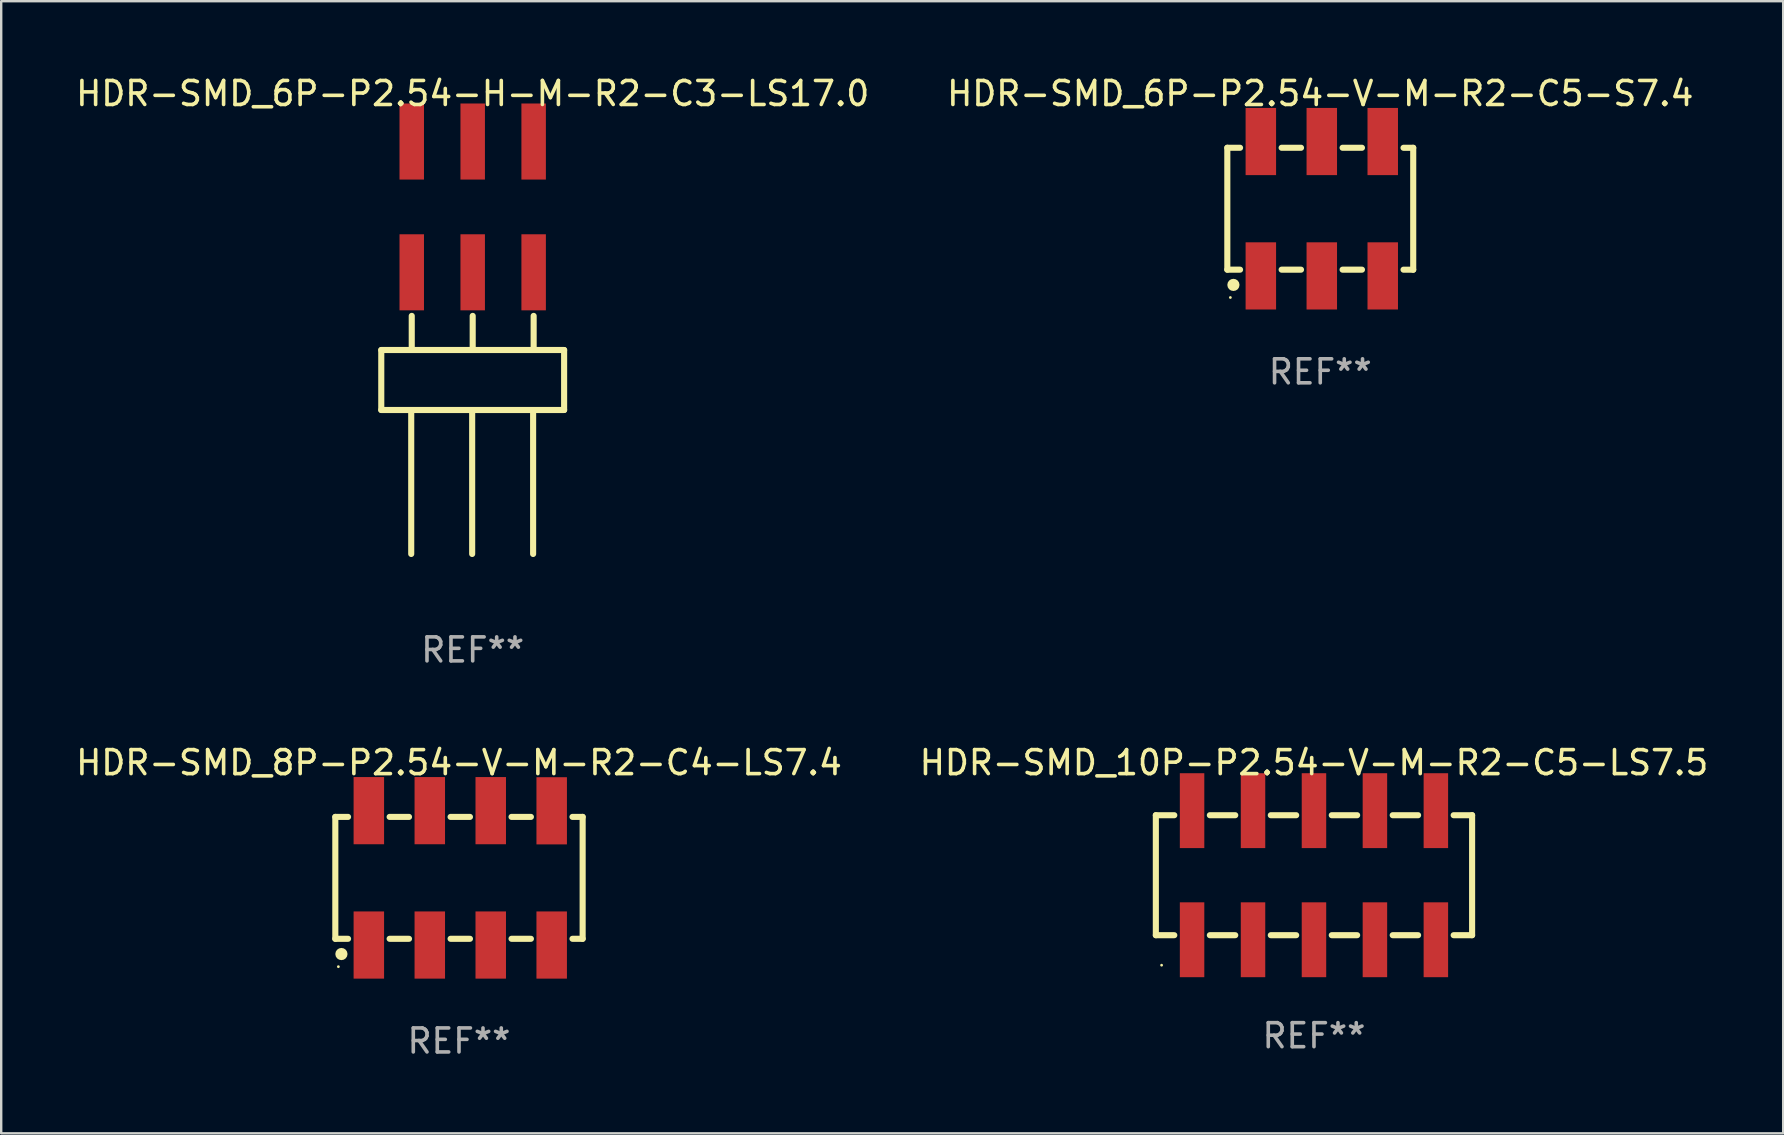
<source format=kicad_pcb>
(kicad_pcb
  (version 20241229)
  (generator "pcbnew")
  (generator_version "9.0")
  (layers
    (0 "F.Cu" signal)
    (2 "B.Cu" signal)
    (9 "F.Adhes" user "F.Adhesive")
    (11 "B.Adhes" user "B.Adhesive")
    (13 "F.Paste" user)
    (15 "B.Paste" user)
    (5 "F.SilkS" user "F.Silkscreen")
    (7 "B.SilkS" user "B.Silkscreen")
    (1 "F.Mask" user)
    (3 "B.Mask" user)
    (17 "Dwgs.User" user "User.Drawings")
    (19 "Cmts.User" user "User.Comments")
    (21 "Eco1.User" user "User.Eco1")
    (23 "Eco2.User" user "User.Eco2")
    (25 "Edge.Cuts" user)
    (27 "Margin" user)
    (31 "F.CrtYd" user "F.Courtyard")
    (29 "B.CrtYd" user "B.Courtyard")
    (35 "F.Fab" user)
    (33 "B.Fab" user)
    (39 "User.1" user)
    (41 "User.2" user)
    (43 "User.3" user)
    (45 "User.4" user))
  (footprint "HDR-SMD_6P-P2.54-V-M-R2-C5-S7.4"
    (layer "F.Cu")
    (at 52.034 5.648)
    (property "Reference" "HDR-SMD_6P-P2.54-V-M-R2-C5-S7.4" (at -0.064 -4.8 0) (layer "F.SilkS") (effects (font (size 1 1) (thickness 0.15))))
    (attr smd)
    (fp_line (start -3.937 -2.54) (end -3.937 2.54) (stroke (width 0.254) (type solid)) (layer "F.SilkS"))
    (fp_line (start -3.937 -2.54) (end -3.406 -2.54) (stroke (width 0.254) (type solid)) (layer "F.SilkS"))
    (fp_line (start -3.937 2.54) (end -3.406 2.54) (stroke (width 0.254) (type solid)) (layer "F.SilkS"))
    (fp_line (start -1.674 -2.54) (end -0.866 -2.54) (stroke (width 0.254) (type solid)) (layer "F.SilkS"))
    (fp_line (start -1.674 2.54) (end -0.866 2.54) (stroke (width 0.254) (type solid)) (layer "F.SilkS"))
    (fp_line (start 0.866 -2.54) (end 1.674 -2.54) (stroke (width 0.254) (type solid)) (layer "F.SilkS"))
    (fp_line (start 0.866 2.54) (end 1.674 2.54) (stroke (width 0.254) (type solid)) (layer "F.SilkS"))
    (fp_line (start 3.406 2.541) (end 3.81 2.541) (stroke (width 0.254) (type solid)) (layer "F.SilkS"))
    (fp_line (start 3.81 -2.539) (end 3.406 -2.539) (stroke (width 0.254) (type solid)) (layer "F.SilkS"))
    (fp_line (start 3.81 2.541) (end 3.81 -2.539) (stroke (width 0.254) (type solid)) (layer "F.SilkS"))
    (fp_circle (center -3.81 3.7) (end -3.78 3.7) (stroke (width 0.06) (type solid)) (fill no) (layer "F.SilkS"))
    (fp_circle (center -3.683 3.175) (end -3.556 3.175) (stroke (width 0.254) (type solid)) (fill no) (layer "F.SilkS"))
    (fp_text user "REF**" (at -0.064 6.8 0) (layer "F.Fab") (effects (font (size 1 1) (thickness 0.15))))
    (pad "1" smd rect (at -2.54 2.8) (size 1.27 2.8) (layers "F.Cu" "F.Mask" "F.Paste"))
    (pad "2" smd rect (at -2.54 -2.8) (size 1.27 2.8) (layers "F.Cu" "F.Mask" "F.Paste"))
    (pad "3" smd rect (at 0 2.8) (size 1.27 2.8) (layers "F.Cu" "F.Mask" "F.Paste"))
    (pad "4" smd rect (at 0 -2.8) (size 1.27 2.8) (layers "F.Cu" "F.Mask" "F.Paste"))
    (pad "5" smd rect (at 2.54 2.8) (size 1.27 2.8) (layers "F.Cu" "F.Mask" "F.Paste"))
    (pad "6" smd rect (at 2.54 -2.8) (size 1.27 2.8) (layers "F.Cu" "F.Mask" "F.Paste")))
  (footprint "HDR-SMD_6P-P2.54-H-M-R2-C3-LS17.0"
    (layer "F.Cu")
    (at 16.649 5.573)
    (property "Reference" "HDR-SMD_6P-P2.54-H-M-R2-C3-LS17.0" (at -0.000025 -4.725 0) (layer "F.SilkS") (effects (font (size 1 1) (thickness 0.15))))
    (attr smd)
    (fp_line (start -3.81 5.963) (end -3.81 8.463) (stroke (width 0.254) (type solid)) (layer "F.SilkS"))
    (fp_line (start -3.81 5.963) (end 3.81 5.963) (stroke (width 0.254) (type solid)) (layer "F.SilkS"))
    (fp_line (start -3.81 8.463) (end 3.81 8.463) (stroke (width 0.254) (type solid)) (layer "F.SilkS"))
    (fp_line (start -2.562 8.463) (end -2.562 14.463) (stroke (width 0.254) (type solid)) (layer "F.SilkS"))
    (fp_line (start -2.54 4.541) (end -2.54 5.963) (stroke (width 0.254) (type solid)) (layer "F.SilkS"))
    (fp_line (start -0.022 8.463) (end -0.022 14.463) (stroke (width 0.254) (type solid)) (layer "F.SilkS"))
    (fp_line (start -0.000025 4.541) (end -0.000025 5.963) (stroke (width 0.254) (type solid)) (layer "F.SilkS"))
    (fp_line (start 2.518 8.463) (end 2.518 14.463) (stroke (width 0.254) (type solid)) (layer "F.SilkS"))
    (fp_line (start 2.54 4.541) (end 2.54 5.963) (stroke (width 0.254) (type solid)) (layer "F.SilkS"))
    (fp_line (start 3.81 5.963) (end 3.81 8.463) (stroke (width 0.254) (type solid)) (layer "F.SilkS"))
    (fp_text user "REF**" (at -0.000025 18.463 0) (layer "F.Fab") (effects (font (size 1 1) (thickness 0.15))))
    (pad "1" smd rect (at -2.54 2.725) (size 1.02 3.17) (layers "F.Cu" "F.Mask" "F.Paste"))
    (pad "2" smd rect (at -2.54 -2.725) (size 1.02 3.17) (layers "F.Cu" "F.Mask" "F.Paste"))
    (pad "3" smd rect (at 0 2.725) (size 1.02 3.17) (layers "F.Cu" "F.Mask" "F.Paste"))
    (pad "4" smd rect (at 0 -2.725) (size 1.02 3.17) (layers "F.Cu" "F.Mask" "F.Paste"))
    (pad "5" smd rect (at 2.54 2.725) (size 1.02 3.17) (layers "F.Cu" "F.Mask" "F.Paste"))
    (pad "6" smd rect (at 2.54 -2.725) (size 1.02 3.17) (layers "F.Cu" "F.Mask" "F.Paste")))
  (footprint "HDR-SMD_10P-P2.54-V-M-R2-C5-LS7.5"
    (layer "F.Cu")
    (at 51.708 33.423)
    (property "Reference" "HDR-SMD_10P-P2.54-V-M-R2-C5-LS7.5" (at 0 -4.69 0) (layer "F.SilkS") (effects (font (size 1 1) (thickness 0.15))))
    (attr smd)
    (fp_line (start -6.59 -2.5) (end -6.59 2.5) (stroke (width 0.254) (type solid)) (layer "F.SilkS"))
    (fp_line (start -6.59 -2.5) (end -5.821 -2.5) (stroke (width 0.254) (type solid)) (layer "F.SilkS"))
    (fp_line (start -6.59 2.5) (end -5.821 2.5) (stroke (width 0.254) (type solid)) (layer "F.SilkS"))
    (fp_line (start -4.339 -2.5) (end -3.281 -2.5) (stroke (width 0.254) (type solid)) (layer "F.SilkS"))
    (fp_line (start -4.339 2.5) (end -3.281 2.5) (stroke (width 0.254) (type solid)) (layer "F.SilkS"))
    (fp_line (start -1.799 -2.5) (end -0.741 -2.5) (stroke (width 0.254) (type solid)) (layer "F.SilkS"))
    (fp_line (start -1.799 2.5) (end -0.741 2.5) (stroke (width 0.254) (type solid)) (layer "F.SilkS"))
    (fp_line (start 0.741 -2.5) (end 1.799 -2.5) (stroke (width 0.254) (type solid)) (layer "F.SilkS"))
    (fp_line (start 0.741 2.5) (end 1.799 2.5) (stroke (width 0.254) (type solid)) (layer "F.SilkS"))
    (fp_line (start 3.281 -2.5) (end 4.339 -2.5) (stroke (width 0.254) (type solid)) (layer "F.SilkS"))
    (fp_line (start 3.281 2.5) (end 4.339 2.5) (stroke (width 0.254) (type solid)) (layer "F.SilkS"))
    (fp_line (start 5.821 -2.5) (end 6.59 -2.5) (stroke (width 0.254) (type solid)) (layer "F.SilkS"))
    (fp_line (start 5.821 2.5) (end 6.59 2.5) (stroke (width 0.254) (type solid)) (layer "F.SilkS"))
    (fp_line (start 6.59 2.5) (end 6.59 -2.5) (stroke (width 0.254) (type solid)) (layer "F.SilkS"))
    (fp_circle (center -6.35 3.75) (end -6.32 3.75) (stroke (width 0.06) (type solid)) (fill no) (layer "F.SilkS"))
    (fp_text user "REF**" (at 0 6.69 0) (layer "F.Fab") (effects (font (size 1 1) (thickness 0.15))))
    (pad "1" smd rect (at -5.08 2.69) (size 1.02 3.12) (layers "F.Cu" "F.Mask" "F.Paste"))
    (pad "2" smd rect (at -5.08 -2.69) (size 1.02 3.12) (layers "F.Cu" "F.Mask" "F.Paste"))
    (pad "3" smd rect (at -2.54 2.69) (size 1.02 3.12) (layers "F.Cu" "F.Mask" "F.Paste"))
    (pad "4" smd rect (at -2.54 -2.69) (size 1.02 3.12) (layers "F.Cu" "F.Mask" "F.Paste"))
    (pad "5" smd rect (at 0 2.69) (size 1.02 3.12) (layers "F.Cu" "F.Mask" "F.Paste"))
    (pad "6" smd rect (at 0 -2.69) (size 1.02 3.12) (layers "F.Cu" "F.Mask" "F.Paste"))
    (pad "7" smd rect (at 2.54 2.69) (size 1.02 3.12) (layers "F.Cu" "F.Mask" "F.Paste"))
    (pad "8" smd rect (at 2.54 -2.69) (size 1.02 3.12) (layers "F.Cu" "F.Mask" "F.Paste"))
    (pad "9" smd rect (at 5.08 2.69) (size 1.02 3.12) (layers "F.Cu" "F.Mask" "F.Paste"))
    (pad "10" smd rect (at 5.08 -2.69) (size 1.02 3.12) (layers "F.Cu" "F.Mask" "F.Paste")))
  (footprint "HDR-SMD_8P-P2.54-V-M-R2-C4-LS7.4"
    (layer "F.Cu")
    (at 16.131 33.533)
    (property "Reference" "HDR-SMD_8P-P2.54-V-M-R2-C4-LS7.4" (at -0.053 -4.8 0) (layer "F.SilkS") (effects (font (size 1 1) (thickness 0.15))))
    (attr smd)
    (fp_line (start -5.207 -2.54) (end -5.207 2.54) (stroke (width 0.254) (type solid)) (layer "F.SilkS"))
    (fp_line (start -5.207 -2.54) (end -4.676 -2.54) (stroke (width 0.254) (type solid)) (layer "F.SilkS"))
    (fp_line (start -5.207 2.54) (end -4.676 2.54) (stroke (width 0.254) (type solid)) (layer "F.SilkS"))
    (fp_line (start -2.944 -2.54) (end -2.136 -2.54) (stroke (width 0.254) (type solid)) (layer "F.SilkS"))
    (fp_line (start -2.944 2.54) (end -2.136 2.54) (stroke (width 0.254) (type solid)) (layer "F.SilkS"))
    (fp_line (start -0.404 -2.54) (end 0.404 -2.54) (stroke (width 0.254) (type solid)) (layer "F.SilkS"))
    (fp_line (start -0.404 2.54) (end 0.404 2.54) (stroke (width 0.254) (type solid)) (layer "F.SilkS"))
    (fp_line (start 2.136 -2.54) (end 2.944 -2.54) (stroke (width 0.254) (type solid)) (layer "F.SilkS"))
    (fp_line (start 2.136 2.54) (end 2.944 2.54) (stroke (width 0.254) (type solid)) (layer "F.SilkS"))
    (fp_line (start 4.676 2.54) (end 5.1 2.54) (stroke (width 0.254) (type solid)) (layer "F.SilkS"))
    (fp_line (start 5.1 -2.54) (end 4.676 -2.54) (stroke (width 0.254) (type solid)) (layer "F.SilkS"))
    (fp_line (start 5.1 2.54) (end 5.1 -2.54) (stroke (width 0.254) (type solid)) (layer "F.SilkS"))
    (fp_circle (center -5.08 3.702) (end -5.05 3.702) (stroke (width 0.06) (type solid)) (fill no) (layer "F.SilkS"))
    (fp_circle (center -4.953 3.175) (end -4.826 3.175) (stroke (width 0.254) (type solid)) (fill no) (layer "F.SilkS"))
    (fp_text user "REF**" (at -0.053 6.8 0) (layer "F.Fab") (effects (font (size 1 1) (thickness 0.15))))
    (pad "1" smd rect (at -3.81 2.8) (size 1.27 2.8) (layers "F.Cu" "F.Mask" "F.Paste"))
    (pad "2" smd rect (at -3.81 -2.8) (size 1.27 2.8) (layers "F.Cu" "F.Mask" "F.Paste"))
    (pad "3" smd rect (at -1.27 2.8) (size 1.27 2.8) (layers "F.Cu" "F.Mask" "F.Paste"))
    (pad "4" smd rect (at -1.27 -2.8) (size 1.27 2.8) (layers "F.Cu" "F.Mask" "F.Paste"))
    (pad "5" smd rect (at 1.27 2.8) (size 1.27 2.8) (layers "F.Cu" "F.Mask" "F.Paste"))
    (pad "6" smd rect (at 1.27 -2.8) (size 1.27 2.8) (layers "F.Cu" "F.Mask" "F.Paste"))
    (pad "7" smd rect (at 3.81 2.8) (size 1.27 2.8) (layers "F.Cu" "F.Mask" "F.Paste"))
    (pad "8" smd rect (at 3.81 -2.794) (size 1.27 2.8) (layers "F.Cu" "F.Mask" "F.Paste")))
  (gr_rect
    (start -3 -3)
    (end 71.262 44.181)
    (stroke (width 0.1) (type default))
    (fill no)
    (layer "Edge.Cuts")))
</source>
